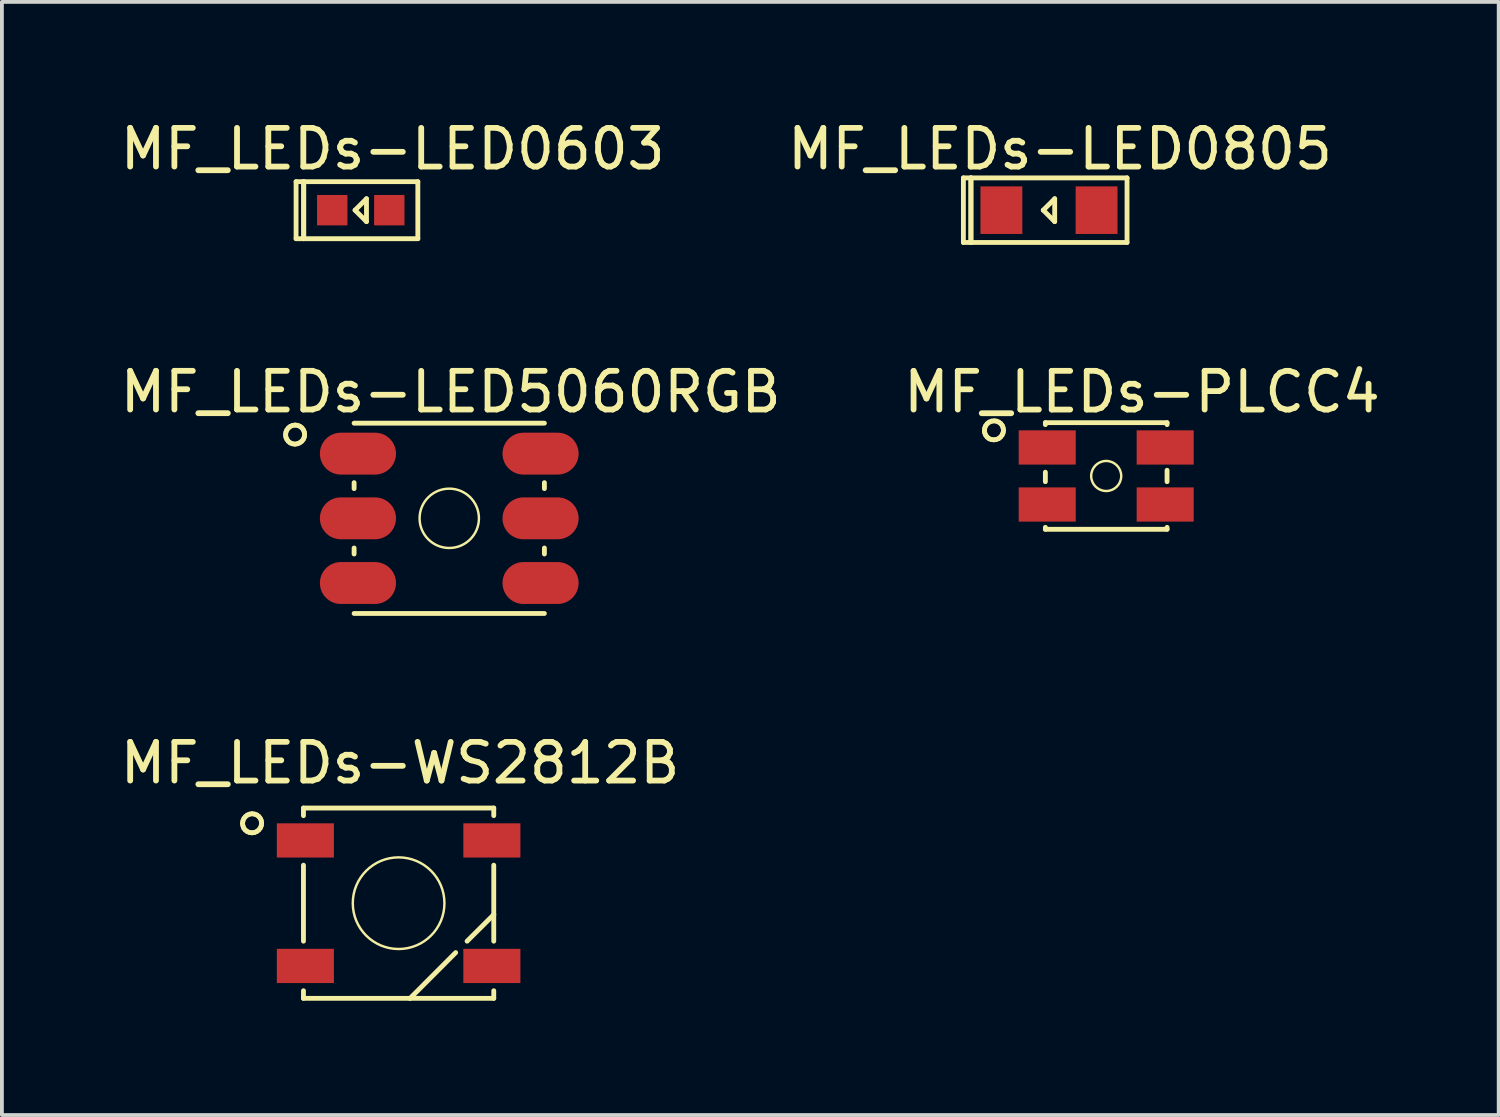
<source format=kicad_pcb>
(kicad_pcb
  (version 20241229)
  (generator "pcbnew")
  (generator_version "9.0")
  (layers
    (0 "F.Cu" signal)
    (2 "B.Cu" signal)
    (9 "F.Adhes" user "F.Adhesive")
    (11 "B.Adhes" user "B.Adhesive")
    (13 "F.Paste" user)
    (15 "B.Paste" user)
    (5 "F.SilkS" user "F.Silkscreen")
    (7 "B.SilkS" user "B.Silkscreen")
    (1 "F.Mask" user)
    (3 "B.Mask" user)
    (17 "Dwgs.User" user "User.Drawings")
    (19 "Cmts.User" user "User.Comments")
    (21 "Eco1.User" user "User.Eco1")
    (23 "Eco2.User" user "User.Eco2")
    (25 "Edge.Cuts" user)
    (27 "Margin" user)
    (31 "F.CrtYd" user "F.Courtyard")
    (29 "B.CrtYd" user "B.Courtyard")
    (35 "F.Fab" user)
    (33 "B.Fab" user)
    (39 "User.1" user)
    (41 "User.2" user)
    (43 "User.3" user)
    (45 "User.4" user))
  (footprint "MF_LEDs-LED0805"
    (layer "F.Cu")
    (at 24.5 2.47)
    (property "Reference" "MF_LEDs-LED0805" (at 0.29 -1.608 0) (layer "F.SilkS") (effects (font (size 1.016 1.016) (thickness 0.152))))
    (attr smd)
    (fp_line (start -2.248 -0.848) (end -2.248 0.848) (stroke (width 0.127) (type solid)) (layer "F.SilkS"))
    (fp_line (start -2.248 0.848) (end -2.05 0.848) (stroke (width 0.127) (type solid)) (layer "F.SilkS"))
    (fp_line (start -2.05 -0.848) (end -2.248 -0.848) (stroke (width 0.127) (type solid)) (layer "F.SilkS"))
    (fp_line (start -2.05 -0.848) (end -2.05 0.848) (stroke (width 0.127) (type solid)) (layer "F.SilkS"))
    (fp_line (start -2.05 0.848) (end -2.05 -0.848) (stroke (width 0.127) (type solid)) (layer "F.SilkS"))
    (fp_line (start -2.05 0.848) (end 2.05 0.848) (stroke (width 0.127) (type solid)) (layer "F.SilkS"))
    (fp_line (start -0.15 0) (end 0.15 -0.3) (stroke (width 0.127) (type solid)) (layer "F.SilkS"))
    (fp_line (start 0.15 -0.3) (end 0.15 0.3) (stroke (width 0.127) (type solid)) (layer "F.SilkS"))
    (fp_line (start 0.15 0.3) (end -0.15 0) (stroke (width 0.127) (type solid)) (layer "F.SilkS"))
    (fp_line (start 2.05 -0.848) (end -2.05 -0.848) (stroke (width 0.127) (type solid)) (layer "F.SilkS"))
    (fp_line (start 2.05 0.848) (end 2.05 -0.848) (stroke (width 0.127) (type solid)) (layer "F.SilkS"))
    (pad "ANOD" smd rect (at 1.25 0 90) (size 1.25 1.1) (layers "F.Cu" "F.Mask" "F.Paste"))
    (pad "CATH" smd rect (at -1.25 0 90) (size 1.25 1.1) (layers "F.Cu" "F.Mask" "F.Paste")))
  (footprint "MF_LEDs-WS2812B"
    (layer "F.Cu")
    (at 7.419 20.671)
    (property "Reference" "MF_LEDs-WS2812B" (at 0.038 -3.683 0) (layer "F.SilkS") (effects (font (size 1.016 1.016) (thickness 0.152))))
    (attr smd)
    (fp_line (start -4.1 -2.095) (end -4.089 -2.032) (stroke (width 0.127) (type solid)) (layer "F.SilkS"))
    (fp_line (start -4.089 -2.162) (end -4.1 -2.095) (stroke (width 0.127) (type solid)) (layer "F.SilkS"))
    (fp_line (start -4.089 -2.032) (end -4.067 -1.971) (stroke (width 0.127) (type solid)) (layer "F.SilkS"))
    (fp_line (start -4.067 -1.971) (end -4.026 -1.92) (stroke (width 0.127) (type solid)) (layer "F.SilkS"))
    (fp_line (start -4.064 -2.223) (end -4.089 -2.162) (stroke (width 0.127) (type solid)) (layer "F.SilkS"))
    (fp_line (start -4.026 -1.92) (end -3.975 -1.882) (stroke (width 0.127) (type solid)) (layer "F.SilkS"))
    (fp_line (start -4.023 -2.273) (end -4.064 -2.223) (stroke (width 0.127) (type solid)) (layer "F.SilkS"))
    (fp_line (start -3.975 -1.882) (end -3.917 -1.857) (stroke (width 0.127) (type solid)) (layer "F.SilkS"))
    (fp_line (start -3.973 -2.314) (end -4.023 -2.273) (stroke (width 0.127) (type solid)) (layer "F.SilkS"))
    (fp_line (start -3.917 -1.857) (end -3.853 -1.849) (stroke (width 0.127) (type solid)) (layer "F.SilkS"))
    (fp_line (start -3.912 -2.339) (end -3.973 -2.314) (stroke (width 0.127) (type solid)) (layer "F.SilkS"))
    (fp_line (start -3.853 -1.849) (end -3.787 -1.857) (stroke (width 0.127) (type solid)) (layer "F.SilkS"))
    (fp_line (start -3.846 -2.349) (end -3.912 -2.339) (stroke (width 0.127) (type solid)) (layer "F.SilkS"))
    (fp_line (start -3.787 -1.857) (end -3.726 -1.882) (stroke (width 0.127) (type solid)) (layer "F.SilkS"))
    (fp_line (start -3.782 -2.339) (end -3.846 -2.349) (stroke (width 0.127) (type solid)) (layer "F.SilkS"))
    (fp_line (start -3.726 -1.882) (end -3.673 -1.923) (stroke (width 0.127) (type solid)) (layer "F.SilkS"))
    (fp_line (start -3.721 -2.316) (end -3.782 -2.339) (stroke (width 0.127) (type solid)) (layer "F.SilkS"))
    (fp_line (start -3.673 -1.923) (end -3.632 -1.976) (stroke (width 0.127) (type solid)) (layer "F.SilkS"))
    (fp_line (start -3.67 -2.276) (end -3.721 -2.316) (stroke (width 0.127) (type solid)) (layer "F.SilkS"))
    (fp_line (start -3.632 -2.225) (end -3.67 -2.276) (stroke (width 0.127) (type solid)) (layer "F.SilkS"))
    (fp_line (start -3.632 -1.976) (end -3.607 -2.037) (stroke (width 0.127) (type solid)) (layer "F.SilkS"))
    (fp_line (start -3.607 -2.167) (end -3.632 -2.225) (stroke (width 0.127) (type solid)) (layer "F.SilkS"))
    (fp_line (start -3.607 -2.037) (end -3.599 -2.103) (stroke (width 0.127) (type solid)) (layer "F.SilkS"))
    (fp_line (start -3.599 -2.103) (end -3.607 -2.167) (stroke (width 0.127) (type solid)) (layer "F.SilkS"))
    (fp_line (start -2.499 -2.499) (end 2.499 -2.499) (stroke (width 0.127) (type solid)) (layer "F.SilkS"))
    (fp_line (start -2.499 -2.299) (end -2.499 -2.499) (stroke (width 0.127) (type solid)) (layer "F.SilkS"))
    (fp_line (start -2.499 0.998) (end -2.499 -0.998) (stroke (width 0.127) (type solid)) (layer "F.SilkS"))
    (fp_line (start -2.499 2.499) (end -2.499 2.299) (stroke (width 0.127) (type solid)) (layer "F.SilkS"))
    (fp_line (start 0.3 2.499) (end -2.499 2.499) (stroke (width 0.127) (type solid)) (layer "F.SilkS"))
    (fp_line (start 1.499 1.298) (end 0.3 2.499) (stroke (width 0.127) (type solid)) (layer "F.SilkS"))
    (fp_line (start 2.499 -2.499) (end 2.499 -2.299) (stroke (width 0.127) (type solid)) (layer "F.SilkS"))
    (fp_line (start 2.499 -0.998) (end 2.499 0.3) (stroke (width 0.127) (type solid)) (layer "F.SilkS"))
    (fp_line (start 2.499 0.3) (end 1.798 0.998) (stroke (width 0.127) (type solid)) (layer "F.SilkS"))
    (fp_line (start 2.499 0.3) (end 2.499 0.998) (stroke (width 0.127) (type solid)) (layer "F.SilkS"))
    (fp_line (start 2.499 2.299) (end 2.499 2.499) (stroke (width 0.127) (type solid)) (layer "F.SilkS"))
    (fp_line (start 2.499 2.499) (end 0.3 2.499) (stroke (width 0.127) (type solid)) (layer "F.SilkS"))
    (fp_circle (center 0 0) (end -0.851 0.851) (stroke (width 0.064) (type solid)) (fill no) (layer "F.SilkS"))
    (pad "1" smd rect (at -2.449 -1.648 90) (size 0.899 1.499) (layers "F.Cu" "F.Mask" "F.Paste"))
    (pad "2" smd rect (at -2.449 1.648 90) (size 0.899 1.499) (layers "F.Cu" "F.Mask" "F.Paste"))
    (pad "3" smd rect (at 2.449 1.648 90) (size 0.899 1.499) (layers "F.Cu" "F.Mask" "F.Paste"))
    (pad "4" smd rect (at 2.449 -1.648 90) (size 0.899 1.499) (layers "F.Cu" "F.Mask" "F.Paste")))
  (footprint "MF_LEDs-LED5060RGB"
    (layer "F.Cu")
    (at 8.749 10.563)
    (property "Reference" "MF_LEDs-LED5060RGB" (at 0.038 -3.32 0) (layer "F.SilkS") (effects (font (size 1.016 1.016) (thickness 0.152))))
    (attr smd)
    (fp_line (start -4.298 -2.195) (end -4.29 -2.131) (stroke (width 0.127) (type solid)) (layer "F.SilkS"))
    (fp_line (start -4.29 -2.261) (end -4.298 -2.195) (stroke (width 0.127) (type solid)) (layer "F.SilkS"))
    (fp_line (start -4.29 -2.131) (end -4.265 -2.073) (stroke (width 0.127) (type solid)) (layer "F.SilkS"))
    (fp_line (start -4.265 -2.322) (end -4.29 -2.261) (stroke (width 0.127) (type solid)) (layer "F.SilkS"))
    (fp_line (start -4.265 -2.073) (end -4.227 -2.022) (stroke (width 0.127) (type solid)) (layer "F.SilkS"))
    (fp_line (start -4.227 -2.022) (end -4.176 -1.981) (stroke (width 0.127) (type solid)) (layer "F.SilkS"))
    (fp_line (start -4.224 -2.375) (end -4.265 -2.322) (stroke (width 0.127) (type solid)) (layer "F.SilkS"))
    (fp_line (start -4.176 -1.981) (end -4.117 -1.958) (stroke (width 0.127) (type solid)) (layer "F.SilkS"))
    (fp_line (start -4.171 -2.416) (end -4.224 -2.375) (stroke (width 0.127) (type solid)) (layer "F.SilkS"))
    (fp_line (start -4.117 -1.958) (end -4.054 -1.948) (stroke (width 0.127) (type solid)) (layer "F.SilkS"))
    (fp_line (start -4.11 -2.441) (end -4.171 -2.416) (stroke (width 0.127) (type solid)) (layer "F.SilkS"))
    (fp_line (start -4.054 -1.948) (end -3.988 -1.958) (stroke (width 0.127) (type solid)) (layer "F.SilkS"))
    (fp_line (start -4.044 -2.449) (end -4.11 -2.441) (stroke (width 0.127) (type solid)) (layer "F.SilkS"))
    (fp_line (start -3.988 -1.958) (end -3.927 -1.984) (stroke (width 0.127) (type solid)) (layer "F.SilkS"))
    (fp_line (start -3.98 -2.441) (end -4.044 -2.449) (stroke (width 0.127) (type solid)) (layer "F.SilkS"))
    (fp_line (start -3.927 -1.984) (end -3.873 -2.024) (stroke (width 0.127) (type solid)) (layer "F.SilkS"))
    (fp_line (start -3.922 -2.416) (end -3.98 -2.441) (stroke (width 0.127) (type solid)) (layer "F.SilkS"))
    (fp_line (start -3.873 -2.024) (end -3.833 -2.075) (stroke (width 0.127) (type solid)) (layer "F.SilkS"))
    (fp_line (start -3.871 -2.377) (end -3.922 -2.416) (stroke (width 0.127) (type solid)) (layer "F.SilkS"))
    (fp_line (start -3.833 -2.327) (end -3.871 -2.377) (stroke (width 0.127) (type solid)) (layer "F.SilkS"))
    (fp_line (start -3.833 -2.075) (end -3.807 -2.136) (stroke (width 0.127) (type solid)) (layer "F.SilkS"))
    (fp_line (start -3.807 -2.266) (end -3.833 -2.327) (stroke (width 0.127) (type solid)) (layer "F.SilkS"))
    (fp_line (start -3.807 -2.136) (end -3.8 -2.202) (stroke (width 0.127) (type solid)) (layer "F.SilkS"))
    (fp_line (start -3.8 -2.202) (end -3.807 -2.266) (stroke (width 0.127) (type solid)) (layer "F.SilkS"))
    (fp_line (start -2.499 -2.499) (end 2.499 -2.499) (stroke (width 0.127) (type solid)) (layer "F.SilkS"))
    (fp_line (start -2.499 -0.937) (end -2.499 -0.78) (stroke (width 0.127) (type solid)) (layer "F.SilkS"))
    (fp_line (start -2.499 0.78) (end -2.499 0.937) (stroke (width 0.127) (type solid)) (layer "F.SilkS"))
    (fp_line (start 2.499 -0.937) (end 2.499 -0.78) (stroke (width 0.127) (type solid)) (layer "F.SilkS"))
    (fp_line (start 2.499 0.78) (end 2.499 0.937) (stroke (width 0.127) (type solid)) (layer "F.SilkS"))
    (fp_line (start 2.499 2.499) (end -2.499 2.499) (stroke (width 0.127) (type solid)) (layer "F.SilkS"))
    (fp_circle (center 0 0) (end -0.551 0.551) (stroke (width 0.064) (type solid)) (fill no) (layer "F.SilkS"))
    (pad "1" smd oval (at -2.398 -1.699 90) (size 1.1 1.999) (layers "F.Cu" "F.Mask" "F.Paste"))
    (pad "2" smd oval (at -2.398 0 90) (size 1.1 1.999) (layers "F.Cu" "F.Mask" "F.Paste"))
    (pad "3" smd oval (at -2.398 1.699 90) (size 1.1 1.999) (layers "F.Cu" "F.Mask" "F.Paste"))
    (pad "4" smd oval (at 2.398 1.699 90) (size 1.1 1.999) (layers "F.Cu" "F.Mask" "F.Paste"))
    (pad "5" smd oval (at 2.398 0 90) (size 1.1 1.999) (layers "F.Cu" "F.Mask" "F.Paste"))
    (pad "6" smd oval (at 2.398 -1.699 90) (size 1.1 1.999) (layers "F.Cu" "F.Mask" "F.Paste")))
  (footprint "MF_LEDs-PLCC4"
    (layer "F.Cu")
    (at 26.003 9.451)
    (property "Reference" "MF_LEDs-PLCC4" (at 0.94 -2.207 0) (layer "F.SilkS") (effects (font (size 1.016 1.016) (thickness 0.152))))
    (attr smd)
    (fp_line (start -3.198 -1.194) (end -3.19 -1.13) (stroke (width 0.127) (type solid)) (layer "F.SilkS"))
    (fp_line (start -3.19 -1.26) (end -3.198 -1.194) (stroke (width 0.127) (type solid)) (layer "F.SilkS"))
    (fp_line (start -3.19 -1.13) (end -3.165 -1.072) (stroke (width 0.127) (type solid)) (layer "F.SilkS"))
    (fp_line (start -3.165 -1.321) (end -3.19 -1.26) (stroke (width 0.127) (type solid)) (layer "F.SilkS"))
    (fp_line (start -3.165 -1.072) (end -3.127 -1.021) (stroke (width 0.127) (type solid)) (layer "F.SilkS"))
    (fp_line (start -3.127 -1.021) (end -3.076 -0.98) (stroke (width 0.127) (type solid)) (layer "F.SilkS"))
    (fp_line (start -3.124 -1.374) (end -3.165 -1.321) (stroke (width 0.127) (type solid)) (layer "F.SilkS"))
    (fp_line (start -3.076 -0.98) (end -3.018 -0.958) (stroke (width 0.127) (type solid)) (layer "F.SilkS"))
    (fp_line (start -3.071 -1.415) (end -3.124 -1.374) (stroke (width 0.127) (type solid)) (layer "F.SilkS"))
    (fp_line (start -3.018 -0.958) (end -2.951 -0.95) (stroke (width 0.127) (type solid)) (layer "F.SilkS"))
    (fp_line (start -3.01 -1.44) (end -3.071 -1.415) (stroke (width 0.127) (type solid)) (layer "F.SilkS"))
    (fp_line (start -2.951 -0.95) (end -2.888 -0.958) (stroke (width 0.127) (type solid)) (layer "F.SilkS"))
    (fp_line (start -2.944 -1.448) (end -3.01 -1.44) (stroke (width 0.127) (type solid)) (layer "F.SilkS"))
    (fp_line (start -2.888 -0.958) (end -2.824 -0.983) (stroke (width 0.127) (type solid)) (layer "F.SilkS"))
    (fp_line (start -2.88 -1.44) (end -2.944 -1.448) (stroke (width 0.127) (type solid)) (layer "F.SilkS"))
    (fp_line (start -2.824 -0.983) (end -2.774 -1.024) (stroke (width 0.127) (type solid)) (layer "F.SilkS"))
    (fp_line (start -2.822 -1.415) (end -2.88 -1.44) (stroke (width 0.127) (type solid)) (layer "F.SilkS"))
    (fp_line (start -2.774 -1.024) (end -2.733 -1.077) (stroke (width 0.127) (type solid)) (layer "F.SilkS"))
    (fp_line (start -2.771 -1.377) (end -2.822 -1.415) (stroke (width 0.127) (type solid)) (layer "F.SilkS"))
    (fp_line (start -2.733 -1.077) (end -2.708 -1.138) (stroke (width 0.127) (type solid)) (layer "F.SilkS"))
    (fp_line (start -2.731 -1.326) (end -2.771 -1.377) (stroke (width 0.127) (type solid)) (layer "F.SilkS"))
    (fp_line (start -2.708 -1.267) (end -2.731 -1.326) (stroke (width 0.127) (type solid)) (layer "F.SilkS"))
    (fp_line (start -2.708 -1.138) (end -2.697 -1.204) (stroke (width 0.127) (type solid)) (layer "F.SilkS"))
    (fp_line (start -2.697 -1.204) (end -2.708 -1.267) (stroke (width 0.127) (type solid)) (layer "F.SilkS"))
    (fp_line (start -1.598 -1.4) (end -1.598 -1.349) (stroke (width 0.127) (type solid)) (layer "F.SilkS"))
    (fp_line (start -1.598 -1.4) (end 1.598 -1.4) (stroke (width 0.127) (type solid)) (layer "F.SilkS"))
    (fp_line (start -1.598 0.15) (end -1.598 -0.099) (stroke (width 0.127) (type solid)) (layer "F.SilkS"))
    (fp_line (start -1.598 1.4) (end -1.598 1.349) (stroke (width 0.127) (type solid)) (layer "F.SilkS"))
    (fp_line (start 1.598 -1.4) (end 1.598 -1.349) (stroke (width 0.127) (type solid)) (layer "F.SilkS"))
    (fp_line (start 1.598 0.15) (end 1.598 -0.15) (stroke (width 0.127) (type solid)) (layer "F.SilkS"))
    (fp_line (start 1.598 1.4) (end -1.598 1.4) (stroke (width 0.127) (type solid)) (layer "F.SilkS"))
    (fp_line (start 1.598 1.4) (end 1.598 1.349) (stroke (width 0.127) (type solid)) (layer "F.SilkS"))
    (fp_circle (center 0 0) (end -0.279 0.279) (stroke (width 0.064) (type solid)) (fill no) (layer "F.SilkS"))
    (pad "1" smd rect (at -1.549 -0.749 90) (size 0.899 1.499) (layers "F.Cu" "F.Mask" "F.Paste"))
    (pad "2" smd rect (at -1.549 0.749 90) (size 0.899 1.499) (layers "F.Cu" "F.Mask" "F.Paste"))
    (pad "3" smd rect (at 1.549 0.749 90) (size 0.899 1.499) (layers "F.Cu" "F.Mask" "F.Paste"))
    (pad "4" smd rect (at 1.549 -0.749 90) (size 0.899 1.499) (layers "F.Cu" "F.Mask" "F.Paste")))
  (footprint "MF_LEDs-LED0603"
    (layer "F.Cu")
    (at 6.425 2.47)
    (property "Reference" "MF_LEDs-LED0603" (at 0.838 -1.608 0) (layer "F.SilkS") (effects (font (size 1.016 1.016) (thickness 0.152))))
    (attr smd)
    (fp_line (start -1.699 -0.749) (end -1.699 0.749) (stroke (width 0.127) (type solid)) (layer "F.SilkS"))
    (fp_line (start -1.699 0.749) (end -1.499 0.749) (stroke (width 0.127) (type solid)) (layer "F.SilkS"))
    (fp_line (start -1.499 -0.749) (end -1.699 -0.749) (stroke (width 0.127) (type solid)) (layer "F.SilkS"))
    (fp_line (start -1.499 -0.749) (end -1.499 0.749) (stroke (width 0.127) (type solid)) (layer "F.SilkS"))
    (fp_line (start -1.499 0.749) (end -1.499 -0.749) (stroke (width 0.127) (type solid)) (layer "F.SilkS"))
    (fp_line (start -1.499 0.749) (end 1.499 0.749) (stroke (width 0.127) (type solid)) (layer "F.SilkS"))
    (fp_line (start -0.15 0) (end 0.15 -0.3) (stroke (width 0.127) (type solid)) (layer "F.SilkS"))
    (fp_line (start 0.15 -0.3) (end 0.15 0.3) (stroke (width 0.127) (type solid)) (layer "F.SilkS"))
    (fp_line (start 0.15 0.3) (end -0.15 0) (stroke (width 0.127) (type solid)) (layer "F.SilkS"))
    (fp_line (start 1.499 -0.749) (end -1.499 -0.749) (stroke (width 0.127) (type solid)) (layer "F.SilkS"))
    (fp_line (start 1.499 0.749) (end 1.499 -0.749) (stroke (width 0.127) (type solid)) (layer "F.SilkS"))
    (pad "ANOD" smd rect (at 0.749 0) (size 0.798 0.798) (layers "F.Cu" "F.Mask" "F.Paste"))
    (pad "CATH" smd rect (at -0.749 0) (size 0.798 0.798) (layers "F.Cu" "F.Mask" "F.Paste")))
  (gr_rect
    (start -3 -3)
    (end 36.311 26.234)
    (stroke (width 0.1) (type default))
    (fill no)
    (layer "Edge.Cuts")))
</source>
